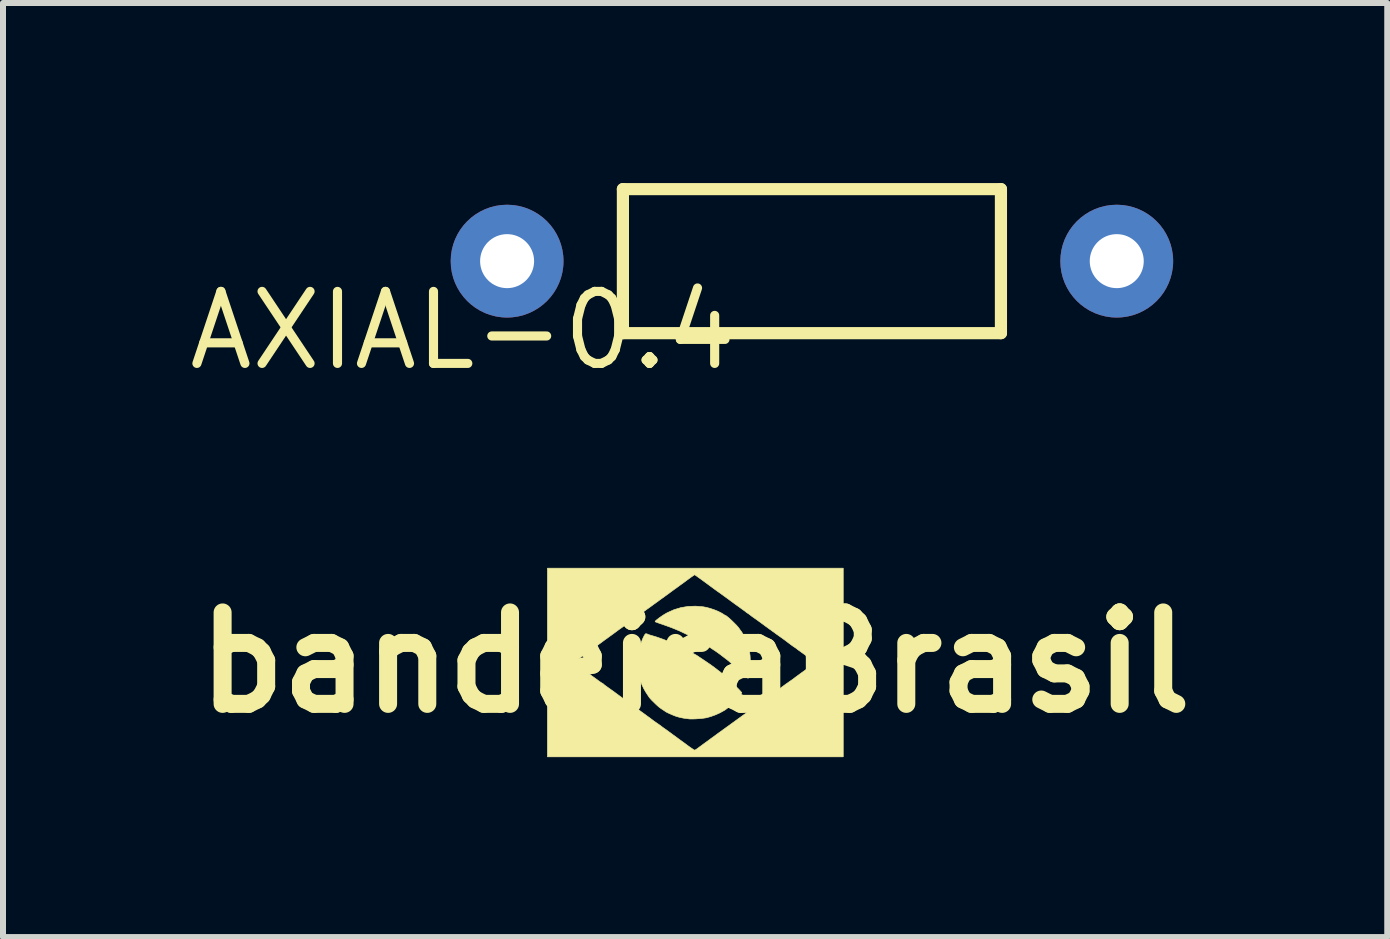
<source format=kicad_pcb>
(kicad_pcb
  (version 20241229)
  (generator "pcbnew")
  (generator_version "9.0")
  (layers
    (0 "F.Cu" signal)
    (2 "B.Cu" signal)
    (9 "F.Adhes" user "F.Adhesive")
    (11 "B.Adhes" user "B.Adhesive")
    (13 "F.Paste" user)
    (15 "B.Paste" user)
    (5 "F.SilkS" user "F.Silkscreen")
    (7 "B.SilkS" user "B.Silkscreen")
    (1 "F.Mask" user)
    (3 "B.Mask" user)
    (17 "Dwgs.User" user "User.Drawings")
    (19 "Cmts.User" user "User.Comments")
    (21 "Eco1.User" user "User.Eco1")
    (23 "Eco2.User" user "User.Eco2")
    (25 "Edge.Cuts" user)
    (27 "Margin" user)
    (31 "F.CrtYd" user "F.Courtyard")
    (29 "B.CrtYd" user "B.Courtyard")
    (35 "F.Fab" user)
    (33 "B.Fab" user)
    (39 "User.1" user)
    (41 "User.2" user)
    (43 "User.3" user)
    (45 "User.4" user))
  (footprint "AXIAL-0.4"
    (layer "F.Cu")
    (at 10.481 1.302)
    (property "Reference" "AXIAL-0.4" (at -1.178 0.455 180) (layer "F.SilkS") (effects (font (size 1.2 1.2) (thickness 0.152)) (justify right top)))
    (attr through_hole)
    (fp_line (start -3.15 -1.2) (end 3.15 -1.2) (stroke (width 0.203) (type solid)) (layer "F.SilkS"))
    (fp_line (start -3.15 1.2) (end -3.15 -1.2) (stroke (width 0.203) (type solid)) (layer "F.SilkS"))
    (fp_line (start 3.15 -1.2) (end 3.15 1.2) (stroke (width 0.203) (type solid)) (layer "F.SilkS"))
    (fp_line (start 3.15 1.2) (end -3.15 1.2) (stroke (width 0.203) (type solid)) (layer "F.SilkS"))
    (pad "P$1" thru_hole circle (at -5.08 0) (size 1.88 1.88) (drill 0.9) (layers "*.Cu" "*.Mask"))
    (pad "P$2" thru_hole circle (at 5.08 0) (size 1.88 1.88) (drill 0.9) (layers "*.Cu" "*.Mask")))
  (footprint "bandeiraBrasil"
    (layer "F.Cu")
    (at 8.534 7.991)
    (property "Reference" "bandeiraBrasil" (at 0 0 0) (layer "F.SilkS") (effects (font (size 1.524 1.524) (thickness 0.3))))
    (attr through_hole)
    (fp_poly (pts (xy 0.133 -0.929) (xy 0.191 -0.918) (xy 0.254 -0.901) (xy 0.319 -0.879) (xy 0.381 -0.854) (xy 0.435 -0.827) (xy 0.475 -0.803) (xy 0.492 -0.791) (xy 0.503 -0.786) (xy 0.504 -0.786) (xy 0.516 -0.78) (xy 0.536 -0.765) (xy 0.563 -0.743) (xy 0.594 -0.715) (xy 0.627 -0.684) (xy 0.659 -0.652) (xy 0.689 -0.622) (xy 0.714 -0.594) (xy 0.731 -0.572) (xy 0.736 -0.565) (xy 0.75 -0.544) (xy 0.763 -0.528) (xy 0.778 -0.507) (xy 0.796 -0.475) (xy 0.816 -0.435) (xy 0.836 -0.391) (xy 0.856 -0.347) (xy 0.872 -0.305) (xy 0.881 -0.278) (xy 0.897 -0.221) (xy 0.909 -0.168) (xy 0.916 -0.117) (xy 0.919 -0.061) (xy 0.919 0.004) (xy 0.918 0.044) (xy 0.915 0.11) (xy 0.91 0.166) (xy 0.903 0.211) (xy 0.894 0.244) (xy 0.884 0.262) (xy 0.884 0.262) (xy 0.876 0.259) (xy 0.859 0.247) (xy 0.836 0.227) (xy 0.814 0.205) (xy 0.782 0.174) (xy 0.743 0.137) (xy 0.702 0.1) (xy 0.667 0.069) (xy 0.635 0.042) (xy 0.607 0.017) (xy 0.586 -0.002) (xy 0.573 -0.014) (xy 0.571 -0.015) (xy 0.558 -0.027) (xy 0.537 -0.043) (xy 0.521 -0.056) (xy 0.495 -0.075) (xy 0.464 -0.099) (xy 0.434 -0.122) (xy 0.397 -0.15) (xy 0.349 -0.184) (xy 0.293 -0.221) (xy 0.234 -0.26) (xy 0.174 -0.298) (xy 0.117 -0.333) (xy 0.065 -0.363) (xy 0.028 -0.384) (xy 0.004 -0.397) (xy -0.016 -0.408) (xy -0.024 -0.413) (xy -0.034 -0.418) (xy -0.056 -0.429) (xy -0.086 -0.443) (xy -0.122 -0.461) (xy -0.161 -0.479) (xy -0.2 -0.498) (xy -0.236 -0.515) (xy -0.266 -0.529) (xy -0.274 -0.532) (xy -0.328 -0.555) (xy -0.395 -0.582) (xy -0.472 -0.61) (xy -0.536 -0.633) (xy -0.578 -0.647) (xy -0.615 -0.66) (xy -0.643 -0.671) (xy -0.661 -0.677) (xy -0.666 -0.68) (xy -0.664 -0.688) (xy -0.651 -0.702) (xy -0.628 -0.721) (xy -0.598 -0.744) (xy -0.564 -0.768) (xy -0.528 -0.792) (xy -0.492 -0.814) (xy -0.463 -0.83) (xy -0.352 -0.88) (xy -0.236 -0.915) (xy -0.115 -0.935) (xy 0.009 -0.939) (xy 0.133 -0.929)) (stroke (width 0.01) (type solid)) (fill yes) (layer "F.SilkS"))
    (fp_poly (pts (xy -0.811 -0.479) (xy -0.81 -0.479) (xy -0.791 -0.473) (xy -0.782 -0.468) (xy -0.771 -0.464) (xy -0.749 -0.457) (xy -0.722 -0.449) (xy -0.691 -0.44) (xy -0.651 -0.428) (xy -0.607 -0.413) (xy -0.564 -0.398) (xy -0.526 -0.384) (xy -0.5 -0.374) (xy -0.483 -0.367) (xy -0.456 -0.357) (xy -0.426 -0.345) (xy -0.425 -0.344) (xy -0.4 -0.334) (xy -0.367 -0.32) (xy -0.327 -0.302) (xy -0.285 -0.283) (xy -0.244 -0.264) (xy -0.205 -0.246) (xy -0.173 -0.23) (xy -0.151 -0.219) (xy -0.143 -0.215) (xy -0.122 -0.202) (xy -0.092 -0.184) (xy -0.059 -0.166) (xy -0.029 -0.15) (xy -0.012 -0.141) (xy 0.013 -0.127) (xy 0.035 -0.114) (xy 0.039 -0.111) (xy 0.053 -0.102) (xy 0.076 -0.086) (xy 0.108 -0.065) (xy 0.145 -0.04) (xy 0.175 -0.02) (xy 0.271 0.046) (xy 0.357 0.11) (xy 0.435 0.171) (xy 0.485 0.214) (xy 0.513 0.239) (xy 0.539 0.262) (xy 0.56 0.28) (xy 0.566 0.286) (xy 0.583 0.301) (xy 0.607 0.324) (xy 0.635 0.352) (xy 0.665 0.382) (xy 0.695 0.413) (xy 0.724 0.442) (xy 0.748 0.468) (xy 0.766 0.488) (xy 0.777 0.5) (xy 0.778 0.502) (xy 0.773 0.513) (xy 0.76 0.533) (xy 0.741 0.559) (xy 0.718 0.588) (xy 0.693 0.618) (xy 0.669 0.645) (xy 0.661 0.654) (xy 0.624 0.689) (xy 0.583 0.726) (xy 0.54 0.76) (xy 0.502 0.789) (xy 0.484 0.8) (xy 0.413 0.839) (xy 0.337 0.873) (xy 0.259 0.901) (xy 0.187 0.921) (xy 0.168 0.924) (xy 0.134 0.929) (xy 0.091 0.934) (xy 0.045 0.937) (xy -0.002 0.94) (xy -0.045 0.941) (xy -0.08 0.941) (xy -0.099 0.94) (xy -0.119 0.937) (xy -0.148 0.933) (xy -0.181 0.929) (xy -0.187 0.928) (xy -0.226 0.921) (xy -0.272 0.91) (xy -0.313 0.898) (xy -0.316 0.897) (xy -0.351 0.884) (xy -0.389 0.868) (xy -0.426 0.852) (xy -0.46 0.836) (xy -0.485 0.823) (xy -0.496 0.816) (xy -0.507 0.808) (xy -0.526 0.795) (xy -0.534 0.79) (xy -0.56 0.773) (xy -0.585 0.755) (xy -0.589 0.752) (xy -0.607 0.738) (xy -0.631 0.717) (xy -0.66 0.69) (xy -0.69 0.66) (xy -0.719 0.632) (xy -0.742 0.607) (xy -0.758 0.588) (xy -0.762 0.584) (xy -0.794 0.536) (xy -0.819 0.498) (xy -0.838 0.466) (xy -0.855 0.436) (xy -0.862 0.421) (xy -0.875 0.395) (xy -0.885 0.374) (xy -0.889 0.363) (xy -0.889 0.363) (xy -0.892 0.353) (xy -0.9 0.334) (xy -0.905 0.323) (xy -0.913 0.302) (xy -0.922 0.27) (xy -0.932 0.231) (xy -0.941 0.194) (xy -0.958 0.075) (xy -0.96 -0.045) (xy -0.946 -0.165) (xy -0.917 -0.282) (xy -0.873 -0.397) (xy -0.855 -0.434) (xy -0.841 -0.46) (xy -0.831 -0.474) (xy -0.822 -0.48) (xy -0.811 -0.479)) (stroke (width 0.01) (type solid)) (fill yes) (layer "F.SilkS"))
    (fp_poly (pts (xy 2.469 1.572) (xy -2.461 1.572) (xy -2.461 -0.000048) (xy -2.02 -0.000048) (xy -1.999 0.018) (xy -1.983 0.031) (xy -1.958 0.049) (xy -1.929 0.071) (xy -1.917 0.079) (xy -1.887 0.101) (xy -1.858 0.122) (xy -1.836 0.139) (xy -1.83 0.143) (xy -1.81 0.157) (xy -1.783 0.176) (xy -1.754 0.198) (xy -1.745 0.205) (xy -1.712 0.229) (xy -1.673 0.257) (xy -1.633 0.286) (xy -1.617 0.298) (xy -1.588 0.319) (xy -1.563 0.336) (xy -1.546 0.346) (xy -1.54 0.349) (xy -1.531 0.355) (xy -1.531 0.355) (xy -1.523 0.363) (xy -1.506 0.377) (xy -1.48 0.396) (xy -1.45 0.418) (xy -1.417 0.441) (xy -1.401 0.453) (xy -1.386 0.463) (xy -1.361 0.481) (xy -1.33 0.504) (xy -1.295 0.53) (xy -1.284 0.538) (xy -1.24 0.57) (xy -1.191 0.606) (xy -1.143 0.642) (xy -1.103 0.671) (xy -1.074 0.692) (xy -1.046 0.712) (xy -1.016 0.734) (xy -0.983 0.758) (xy -0.945 0.785) (xy -0.899 0.819) (xy -0.845 0.858) (xy -0.78 0.906) (xy -0.779 0.906) (xy -0.75 0.927) (xy -0.724 0.947) (xy -0.704 0.962) (xy -0.7 0.965) (xy -0.683 0.978) (xy -0.658 0.995) (xy -0.63 1.015) (xy -0.625 1.018) (xy -0.599 1.036) (xy -0.576 1.052) (xy -0.562 1.063) (xy -0.56 1.065) (xy -0.547 1.075) (xy -0.526 1.09) (xy -0.508 1.103) (xy -0.48 1.122) (xy -0.454 1.141) (xy -0.441 1.151) (xy -0.424 1.163) (xy -0.398 1.182) (xy -0.366 1.206) (xy -0.331 1.231) (xy -0.324 1.236) (xy -0.284 1.266) (xy -0.236 1.301) (xy -0.186 1.337) (xy -0.139 1.372) (xy -0.127 1.381) (xy -0.091 1.407) (xy -0.058 1.43) (xy -0.032 1.447) (xy -0.015 1.458) (xy -0.009 1.46) (xy 0.003 1.456) (xy 0.022 1.445) (xy 0.026 1.442) (xy 0.043 1.43) (xy 0.068 1.411) (xy 0.1 1.388) (xy 0.131 1.365) (xy 0.165 1.34) (xy 0.199 1.316) (xy 0.227 1.295) (xy 0.244 1.283) (xy 0.257 1.273) (xy 0.273 1.261) (xy 0.293 1.247) (xy 0.318 1.229) (xy 0.35 1.205) (xy 0.391 1.175) (xy 0.443 1.138) (xy 0.464 1.122) (xy 0.495 1.1) (xy 0.522 1.08) (xy 0.543 1.066) (xy 0.552 1.059) (xy 0.563 1.051) (xy 0.585 1.035) (xy 0.615 1.013) (xy 0.65 0.988) (xy 0.68 0.966) (xy 0.786 0.889) (xy 0.88 0.821) (xy 0.962 0.762) (xy 1.031 0.712) (xy 1.089 0.67) (xy 1.135 0.636) (xy 1.17 0.611) (xy 1.194 0.593) (xy 1.206 0.583) (xy 1.227 0.568) (xy 1.255 0.547) (xy 1.287 0.524) (xy 1.298 0.516) (xy 1.331 0.493) (xy 1.37 0.464) (xy 1.412 0.434) (xy 1.44 0.413) (xy 1.477 0.386) (xy 1.515 0.358) (xy 1.55 0.334) (xy 1.572 0.318) (xy 1.6 0.299) (xy 1.627 0.28) (xy 1.646 0.266) (xy 1.647 0.265) (xy 1.681 0.239) (xy 1.725 0.207) (xy 1.775 0.17) (xy 1.816 0.141) (xy 1.846 0.119) (xy 1.881 0.095) (xy 1.915 0.069) (xy 1.946 0.046) (xy 1.97 0.028) (xy 1.984 0.016) (xy 2.004 -0.000445) (xy 1.984 -0.016) (xy 1.968 -0.028) (xy 1.942 -0.048) (xy 1.909 -0.072) (xy 1.871 -0.099) (xy 1.833 -0.127) (xy 1.797 -0.153) (xy 1.766 -0.175) (xy 1.75 -0.187) (xy 1.726 -0.204) (xy 1.706 -0.218) (xy 1.696 -0.227) (xy 1.683 -0.237) (xy 1.665 -0.249) (xy 1.663 -0.251) (xy 1.644 -0.263) (xy 1.617 -0.282) (xy 1.587 -0.304) (xy 1.558 -0.326) (xy 1.534 -0.344) (xy 1.523 -0.353) (xy 1.511 -0.362) (xy 1.489 -0.378) (xy 1.462 -0.398) (xy 1.445 -0.41) (xy 1.414 -0.432) (xy 1.386 -0.452) (xy 1.365 -0.467) (xy 1.357 -0.472) (xy 1.341 -0.484) (xy 1.317 -0.502) (xy 1.287 -0.523) (xy 1.27 -0.536) (xy 1.24 -0.557) (xy 1.214 -0.576) (xy 1.195 -0.59) (xy 1.188 -0.595) (xy 1.174 -0.605) (xy 1.151 -0.622) (xy 1.124 -0.642) (xy 1.117 -0.647) (xy 1.089 -0.668) (xy 1.061 -0.688) (xy 1.041 -0.703) (xy 1.038 -0.705) (xy 0.994 -0.736) (xy 0.961 -0.759) (xy 0.938 -0.776) (xy 0.923 -0.788) (xy 0.913 -0.795) (xy 0.913 -0.795) (xy 0.898 -0.807) (xy 0.878 -0.82) (xy 0.877 -0.821) (xy 0.859 -0.833) (xy 0.846 -0.843) (xy 0.846 -0.843) (xy 0.835 -0.852) (xy 0.815 -0.867) (xy 0.789 -0.885) (xy 0.762 -0.905) (xy 0.736 -0.924) (xy 0.735 -0.925) (xy 0.707 -0.945) (xy 0.67 -0.971) (xy 0.628 -1.002) (xy 0.585 -1.033) (xy 0.56 -1.052) (xy 0.531 -1.073) (xy 0.494 -1.1) (xy 0.454 -1.129) (xy 0.417 -1.156) (xy 0.378 -1.183) (xy 0.339 -1.211) (xy 0.304 -1.237) (xy 0.278 -1.256) (xy 0.206 -1.309) (xy 0.146 -1.353) (xy 0.097 -1.389) (xy 0.06 -1.415) (xy 0.034 -1.434) (xy 0.026 -1.44) (xy -0.008 -1.463) (xy -0.042 -1.44) (xy -0.062 -1.426) (xy -0.091 -1.405) (xy -0.124 -1.381) (xy -0.151 -1.361) (xy -0.182 -1.338) (xy -0.21 -1.317) (xy -0.232 -1.302) (xy -0.243 -1.294) (xy -0.255 -1.285) (xy -0.277 -1.269) (xy -0.307 -1.247) (xy -0.344 -1.221) (xy -0.383 -1.192) (xy -0.385 -1.191) (xy -0.425 -1.161) (xy -0.462 -1.134) (xy -0.494 -1.111) (xy -0.518 -1.093) (xy -0.531 -1.084) (xy -0.531 -1.083) (xy -0.548 -1.072) (xy -0.573 -1.054) (xy -0.602 -1.033) (xy -0.616 -1.022) (xy -0.644 -1.002) (xy -0.682 -0.975) (xy -0.724 -0.944) (xy -0.768 -0.912) (xy -0.794 -0.894) (xy -0.836 -0.863) (xy -0.879 -0.832) (xy -0.919 -0.803) (xy -0.951 -0.78) (xy -0.967 -0.768) (xy -0.996 -0.747) (xy -1.024 -0.727) (xy -1.045 -0.711) (xy -1.05 -0.708) (xy -1.068 -0.695) (xy -1.094 -0.676) (xy -1.124 -0.654) (xy -1.137 -0.644) (xy -1.167 -0.622) (xy -1.196 -0.601) (xy -1.219 -0.584) (xy -1.226 -0.579) (xy -1.245 -0.566) (xy -1.273 -0.546) (xy -1.303 -0.524) (xy -1.316 -0.514) (xy -1.346 -0.492) (xy -1.372 -0.473) (xy -1.398 -0.454) (xy -1.427 -0.433) (xy -1.462 -0.407) (xy -1.495 -0.384) (xy -1.529 -0.359) (xy -1.568 -0.33) (xy -1.602 -0.305) (xy -1.63 -0.285) (xy -1.656 -0.266) (xy -1.676 -0.252) (xy -1.679 -0.251) (xy -1.697 -0.238) (xy -1.71 -0.229) (xy -1.71 -0.228) (xy -1.72 -0.221) (xy -1.739 -0.207) (xy -1.766 -0.187) (xy -1.797 -0.165) (xy -1.798 -0.164) (xy -1.853 -0.124) (xy -1.903 -0.088) (xy -1.945 -0.058) (xy -1.977 -0.033) (xy -1.999 -0.017) (xy -2.003 -0.014) (xy -2.02 -0.000048) (xy -2.461 -0.000048) (xy -2.461 -1.572) (xy 2.469 -1.572) (xy 2.469 1.572)) (stroke (width 0.01) (type solid)) (fill yes) (layer "F.SilkS")))
  (gr_rect
    (start -3 -3)
    (end 20.069 12.567)
    (stroke (width 0.1) (type default))
    (fill no)
    (layer "Edge.Cuts")))
</source>
